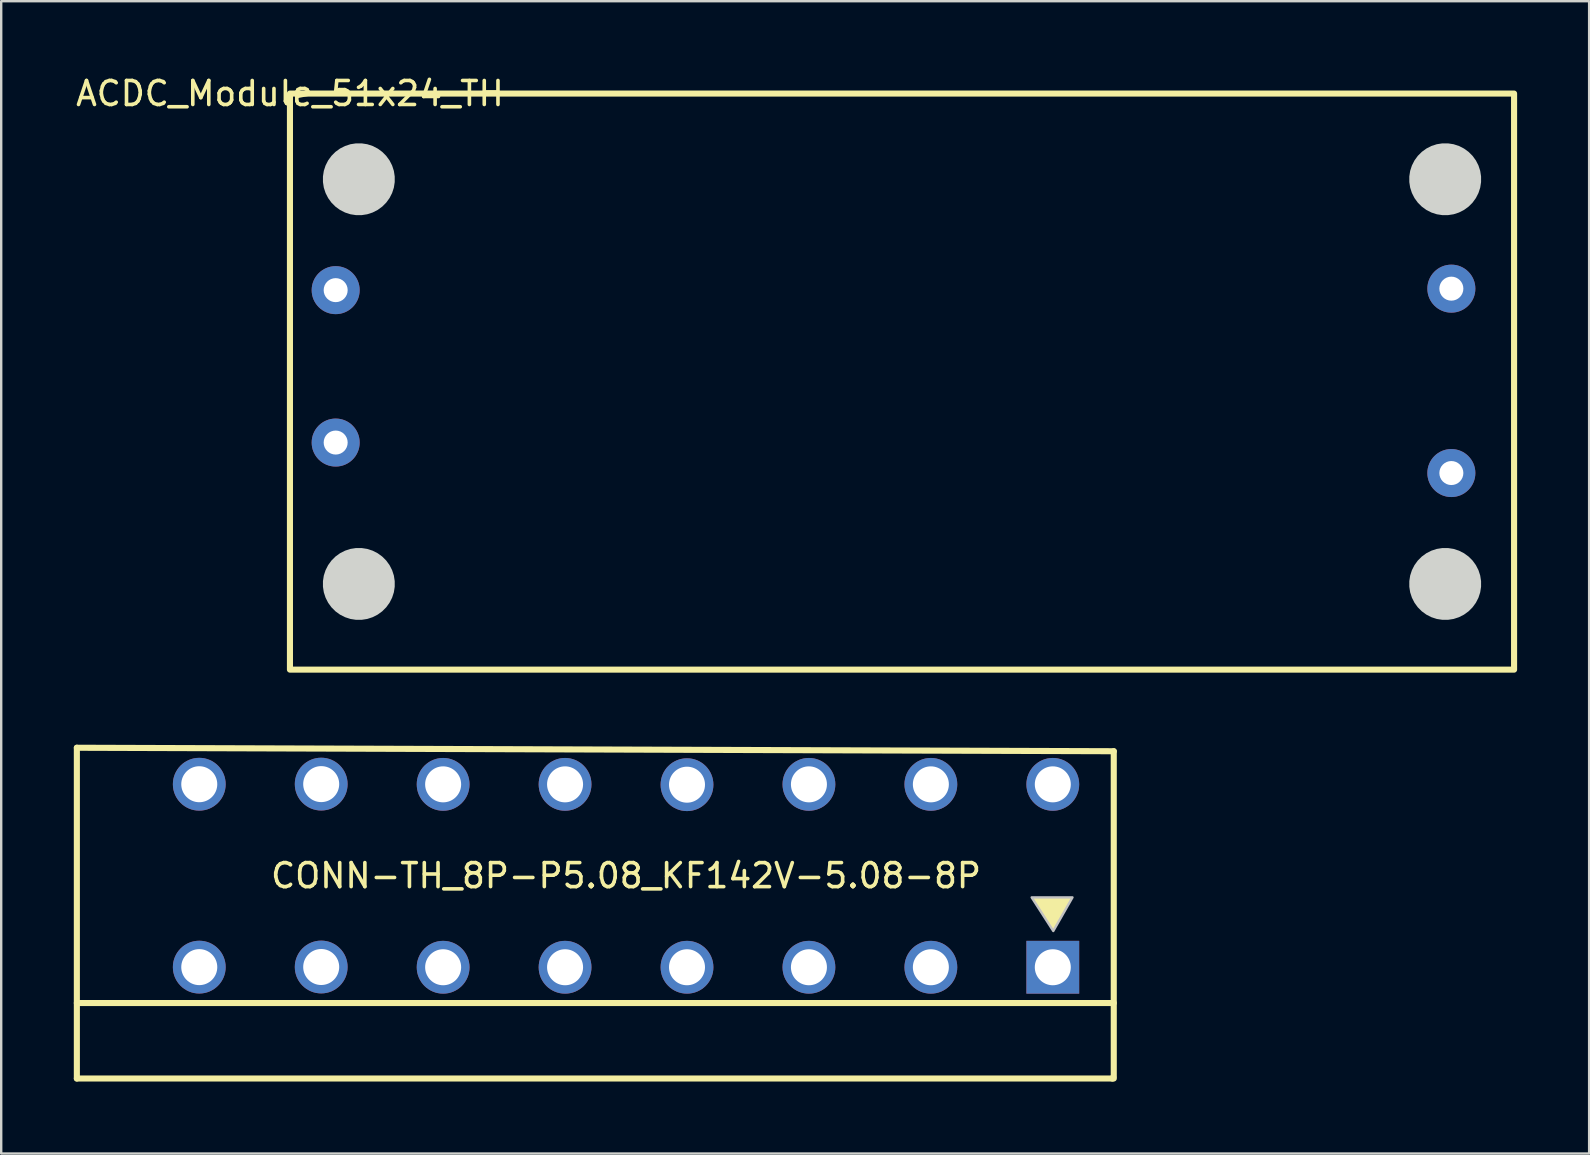
<source format=kicad_pcb>
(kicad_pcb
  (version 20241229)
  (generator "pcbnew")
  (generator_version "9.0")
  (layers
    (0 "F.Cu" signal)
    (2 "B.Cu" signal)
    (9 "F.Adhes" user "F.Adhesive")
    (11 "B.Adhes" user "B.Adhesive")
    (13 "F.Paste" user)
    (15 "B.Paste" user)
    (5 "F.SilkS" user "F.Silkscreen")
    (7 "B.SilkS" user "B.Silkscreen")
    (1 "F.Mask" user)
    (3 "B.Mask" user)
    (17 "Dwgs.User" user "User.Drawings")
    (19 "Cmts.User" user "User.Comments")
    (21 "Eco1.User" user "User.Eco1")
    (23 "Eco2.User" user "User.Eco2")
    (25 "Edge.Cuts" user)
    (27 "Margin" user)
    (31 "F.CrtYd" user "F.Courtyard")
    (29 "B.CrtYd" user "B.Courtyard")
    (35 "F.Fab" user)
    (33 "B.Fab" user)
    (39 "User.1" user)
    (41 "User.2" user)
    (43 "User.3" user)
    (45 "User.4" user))
  (footprint "CONN-TH_8P-P5.08_KF142V-5.08-8P"
    (layer "F.Cu")
    (at 23.032 33.433)
    (property "Reference" "CONN-TH_8P-P5.08_KF142V-5.08-8P" (at 0 0 0) (layer "F.SilkS") (effects (font (size 1 1) (thickness 0.15))))
    (fp_line (start -22.88 -5.33) (end -22.88 8.45) (stroke (width 0.254) (type default)) (layer "F.SilkS"))
    (fp_line (start -22.88 8.45) (end 20.255 8.45) (stroke (width 0.254) (type default)) (layer "F.SilkS"))
    (fp_line (start 20.255 8.45) (end 20.3 8.4) (stroke (width 0.254) (type default)) (layer "F.SilkS"))
    (fp_line (start 20.32 -5.185) (end -22.88 -5.33) (stroke (width 0.254) (type default)) (layer "F.SilkS"))
    (fp_line (start 20.32 -5.185) (end 20.32 8.45) (stroke (width 0.254) (type default)) (layer "F.SilkS"))
    (fp_line (start 20.32 5.305) (end -22.88 5.305) (stroke (width 0.254) (type default)) (layer "F.SilkS"))
    (fp_poly (pts (xy 17.8 2.305) (xy 18.6 0.905) (xy 16.9 0.905)) (stroke (width 0) (type default)) (fill yes) (layer "F.SilkS"))
    (fp_poly (pts (xy 17.8 2.305) (xy 18.6 0.905) (xy 16.9 0.905)) (stroke (width 0.1) (type default)) (fill no) (layer "Dwgs.User"))
    (fp_poly (pts (xy -18.33 -4.06) (xy -17.23 -4.06) (xy -17.23 -3.56) (xy -18.33 -3.56)) (stroke (width 0.1) (type default)) (fill no) (layer "User.1"))
    (fp_poly (pts (xy -18.33 3.56) (xy -17.23 3.56) (xy -17.23 4.06) (xy -18.33 4.06)) (stroke (width 0.1) (type default)) (fill no) (layer "User.1"))
    (fp_poly (pts (xy -13.25 -4.065) (xy -12.15 -4.065) (xy -12.15 -3.565) (xy -13.25 -3.565)) (stroke (width 0.1) (type default)) (fill no) (layer "User.1"))
    (fp_poly (pts (xy -13.25 3.555) (xy -12.15 3.555) (xy -12.15 4.055) (xy -13.25 4.055)) (stroke (width 0.1) (type default)) (fill no) (layer "User.1"))
    (fp_poly (pts (xy -8.17 -4.055) (xy -7.07 -4.055) (xy -7.07 -3.555) (xy -8.17 -3.555)) (stroke (width 0.1) (type default)) (fill no) (layer "User.1"))
    (fp_poly (pts (xy -8.17 3.565) (xy -7.07 3.565) (xy -7.07 4.065) (xy -8.17 4.065)) (stroke (width 0.1) (type default)) (fill no) (layer "User.1"))
    (fp_poly (pts (xy -3.09 -4.055) (xy -1.99 -4.055) (xy -1.99 -3.555) (xy -3.09 -3.555)) (stroke (width 0.1) (type default)) (fill no) (layer "User.1"))
    (fp_poly (pts (xy -3.09 3.565) (xy -1.99 3.565) (xy -1.99 4.065) (xy -3.09 4.065)) (stroke (width 0.1) (type default)) (fill no) (layer "User.1"))
    (fp_poly (pts (xy 1.99 -4.041) (xy 3.09 -4.041) (xy 3.09 -3.541) (xy 1.99 -3.541)) (stroke (width 0.1) (type default)) (fill no) (layer "User.1"))
    (fp_poly (pts (xy 1.99 3.565) (xy 3.09 3.565) (xy 3.09 4.065) (xy 1.99 4.065)) (stroke (width 0.1) (type default)) (fill no) (layer "User.1"))
    (fp_poly (pts (xy 7.07 -4.055) (xy 8.17 -4.055) (xy 8.17 -3.555) (xy 7.07 -3.555)) (stroke (width 0.1) (type default)) (fill no) (layer "User.1"))
    (fp_poly (pts (xy 7.07 3.565) (xy 8.17 3.565) (xy 8.17 4.065) (xy 7.07 4.065)) (stroke (width 0.1) (type default)) (fill no) (layer "User.1"))
    (fp_poly (pts (xy 12.15 -4.055) (xy 13.25 -4.055) (xy 13.25 -3.555) (xy 12.15 -3.555)) (stroke (width 0.1) (type default)) (fill no) (layer "User.1"))
    (fp_poly (pts (xy 12.15 3.565) (xy 13.25 3.565) (xy 13.25 4.065) (xy 12.15 4.065)) (stroke (width 0.1) (type default)) (fill no) (layer "User.1"))
    (fp_poly (pts (xy 17.23 -4.055) (xy 18.33 -4.055) (xy 18.33 -3.555) (xy 17.23 -3.555)) (stroke (width 0.1) (type default)) (fill no) (layer "User.1"))
    (fp_poly (pts (xy 17.23 3.565) (xy 18.33 3.565) (xy 18.33 4.065) (xy 17.23 4.065)) (stroke (width 0.1) (type default)) (fill no) (layer "User.1"))
    (fp_line (start -23.007 -5.25) (end 20.447 -5.25) (stroke (width 0.051) (type default)) (layer "User.2"))
    (fp_line (start -23.007 8.45) (end -23.007 -5.25) (stroke (width 0.051) (type default)) (layer "User.2"))
    (fp_line (start 20.447 -5.25) (end 20.447 8.45) (stroke (width 0.051) (type default)) (layer "User.2"))
    (fp_line (start 20.447 8.45) (end -23.007 8.45) (stroke (width 0.051) (type default)) (layer "User.2"))
    (fp_poly (pts (xy 20.502 8.427) (xy 20.47 8.395) (xy 20.424 8.395) (xy 20.392 8.427) (xy 20.392 8.473) (xy 20.424 8.505) (xy 20.47 8.505) (xy 20.502 8.473)) (stroke (width 0.1) (type default)) (fill no) (layer "User.3"))
    (pad "1" thru_hole circle (at 17.78 -3.805) (size 2.2 2.2) (drill 1.5) (layers "*.Cu" "*.Mask"))
    (pad "1" thru_hole rect (at 17.78 3.815) (size 2.2 2.2) (drill 1.5) (layers "*.Cu" "*.Mask"))
    (pad "2" thru_hole circle (at 12.7 -3.805) (size 2.2 2.2) (drill 1.5) (layers "*.Cu" "*.Mask"))
    (pad "2" thru_hole circle (at 12.7 3.815) (size 2.2 2.2) (drill 1.5) (layers "*.Cu" "*.Mask"))
    (pad "3" thru_hole circle (at 7.62 -3.805) (size 2.2 2.2) (drill 1.5) (layers "*.Cu" "*.Mask"))
    (pad "3" thru_hole circle (at 7.62 3.815) (size 2.2 2.2) (drill 1.5) (layers "*.Cu" "*.Mask"))
    (pad "4" thru_hole circle (at 2.54 -3.791) (size 2.2 2.2) (drill 1.5) (layers "*.Cu" "*.Mask"))
    (pad "4" thru_hole circle (at 2.54 3.815) (size 2.2 2.2) (drill 1.5) (layers "*.Cu" "*.Mask"))
    (pad "5" thru_hole circle (at -2.54 -3.805) (size 2.2 2.2) (drill 1.5) (layers "*.Cu" "*.Mask"))
    (pad "5" thru_hole circle (at -2.54 3.815) (size 2.2 2.2) (drill 1.5) (layers "*.Cu" "*.Mask"))
    (pad "6" thru_hole circle (at -7.62 -3.805) (size 2.2 2.2) (drill 1.5) (layers "*.Cu" "*.Mask"))
    (pad "6" thru_hole circle (at -7.62 3.815) (size 2.2 2.2) (drill 1.5) (layers "*.Cu" "*.Mask"))
    (pad "7" thru_hole circle (at -12.7 -3.815) (size 2.2 2.2) (drill 1.5) (layers "*.Cu" "*.Mask"))
    (pad "7" thru_hole circle (at -12.7 3.805) (size 2.2 2.2) (drill 1.5) (layers "*.Cu" "*.Mask"))
    (pad "8" thru_hole circle (at -17.78 -3.81) (size 2.2 2.2) (drill 1.5) (layers "*.Cu" "*.Mask"))
    (pad "8" thru_hole circle (at -17.78 3.81) (size 2.2 2.2) (drill 1.5) (layers "*.Cu" "*.Mask")))
  (footprint "ACDC_Module_51x24_TH"
    (layer "F.Cu")
    (at 9.03 0.848)
    (property "Reference" "ACDC_Module_51x24_TH" (at 0 0 0) (layer "F.SilkS") (effects (font (size 1 1) (thickness 0.15))))
    (fp_rect (start 0 0) (end 51 24) (stroke (width 0.254) (type default)) (fill no) (layer "F.SilkS"))
    (fp_poly (pts (xy 4.365 3.452) (xy 4.329 3.22) (xy 4.256 2.996) (xy 4.149 2.786) (xy 4.011 2.596) (xy 3.844 2.429) (xy 3.654 2.291) (xy 3.444 2.184) (xy 3.22 2.111) (xy 2.988 2.075) (xy 2.752 2.075) (xy 2.52 2.111) (xy 2.296 2.184) (xy 2.086 2.291) (xy 1.896 2.429) (xy 1.729 2.596) (xy 1.591 2.786) (xy 1.484 2.996) (xy 1.411 3.22) (xy 1.375 3.452) (xy 1.375 3.688) (xy 1.411 3.92) (xy 1.484 4.144) (xy 1.591 4.354) (xy 1.729 4.544) (xy 1.896 4.711) (xy 2.086 4.849) (xy 2.296 4.956) (xy 2.52 5.029) (xy 2.752 5.065) (xy 2.988 5.065) (xy 3.22 5.029) (xy 3.444 4.956) (xy 3.654 4.849) (xy 3.844 4.711) (xy 4.011 4.544) (xy 4.149 4.354) (xy 4.256 4.144) (xy 4.329 3.92) (xy 4.365 3.688)) (stroke (width 0) (type default)) (fill yes) (layer "Edge.Cuts"))
    (fp_poly (pts (xy 4.365 20.312) (xy 4.329 20.08) (xy 4.256 19.856) (xy 4.149 19.646) (xy 4.011 19.456) (xy 3.844 19.289) (xy 3.654 19.151) (xy 3.444 19.044) (xy 3.22 18.971) (xy 2.988 18.935) (xy 2.752 18.935) (xy 2.52 18.971) (xy 2.296 19.044) (xy 2.086 19.151) (xy 1.896 19.289) (xy 1.729 19.456) (xy 1.591 19.646) (xy 1.484 19.856) (xy 1.411 20.08) (xy 1.375 20.312) (xy 1.375 20.548) (xy 1.411 20.78) (xy 1.484 21.004) (xy 1.591 21.214) (xy 1.729 21.404) (xy 1.896 21.571) (xy 2.086 21.709) (xy 2.296 21.816) (xy 2.52 21.889) (xy 2.752 21.925) (xy 2.988 21.925) (xy 3.22 21.889) (xy 3.444 21.816) (xy 3.654 21.709) (xy 3.844 21.571) (xy 4.011 21.404) (xy 4.149 21.214) (xy 4.256 21.004) (xy 4.329 20.78) (xy 4.365 20.548)) (stroke (width 0) (type default)) (fill yes) (layer "Edge.Cuts"))
    (fp_poly (pts (xy 49.625 3.452) (xy 49.589 3.22) (xy 49.516 2.996) (xy 49.409 2.786) (xy 49.271 2.596) (xy 49.104 2.429) (xy 48.914 2.291) (xy 48.704 2.184) (xy 48.48 2.111) (xy 48.248 2.075) (xy 48.012 2.075) (xy 47.78 2.111) (xy 47.556 2.184) (xy 47.346 2.291) (xy 47.156 2.429) (xy 46.989 2.596) (xy 46.851 2.786) (xy 46.744 2.996) (xy 46.671 3.22) (xy 46.635 3.452) (xy 46.635 3.688) (xy 46.671 3.92) (xy 46.744 4.144) (xy 46.851 4.354) (xy 46.989 4.544) (xy 47.156 4.711) (xy 47.346 4.849) (xy 47.556 4.956) (xy 47.78 5.029) (xy 48.012 5.065) (xy 48.248 5.065) (xy 48.48 5.029) (xy 48.704 4.956) (xy 48.914 4.849) (xy 49.104 4.711) (xy 49.271 4.544) (xy 49.409 4.354) (xy 49.516 4.144) (xy 49.589 3.92) (xy 49.625 3.688)) (stroke (width 0) (type default)) (fill yes) (layer "Edge.Cuts"))
    (fp_poly (pts (xy 49.625 20.312) (xy 49.589 20.08) (xy 49.516 19.856) (xy 49.409 19.646) (xy 49.271 19.456) (xy 49.104 19.289) (xy 48.914 19.151) (xy 48.704 19.044) (xy 48.48 18.971) (xy 48.248 18.935) (xy 48.012 18.935) (xy 47.78 18.971) (xy 47.556 19.044) (xy 47.346 19.151) (xy 47.156 19.289) (xy 46.989 19.456) (xy 46.851 19.646) (xy 46.744 19.856) (xy 46.671 20.08) (xy 46.635 20.312) (xy 46.635 20.548) (xy 46.671 20.78) (xy 46.744 21.004) (xy 46.851 21.214) (xy 46.989 21.404) (xy 47.156 21.571) (xy 47.346 21.709) (xy 47.556 21.816) (xy 47.78 21.889) (xy 48.012 21.925) (xy 48.248 21.925) (xy 48.48 21.889) (xy 48.704 21.816) (xy 48.914 21.709) (xy 49.104 21.571) (xy 49.271 21.404) (xy 49.409 21.214) (xy 49.516 21.004) (xy 49.589 20.78) (xy 49.625 20.548)) (stroke (width 0) (type default)) (fill yes) (layer "Edge.Cuts"))
    (pad "1" thru_hole circle (at 1.905 14.54) (size 2 2) (drill 1) (layers "*.Cu" "*.Mask"))
    (pad "2" thru_hole circle (at 1.905 8.19) (size 2 2) (drill 1) (layers "*.Cu" "*.Mask"))
    (pad "3" thru_hole circle (at 48.387 8.128) (size 2 2) (drill 1) (layers "*.Cu" "*.Mask"))
    (pad "4" thru_hole circle (at 48.387 15.81) (size 2 2) (drill 1) (layers "*.Cu" "*.Mask")))
  (gr_rect
    (start -3 -3)
    (end 63.157 45.01)
    (stroke (width 0.1) (type default))
    (fill no)
    (layer "Edge.Cuts")))
</source>
